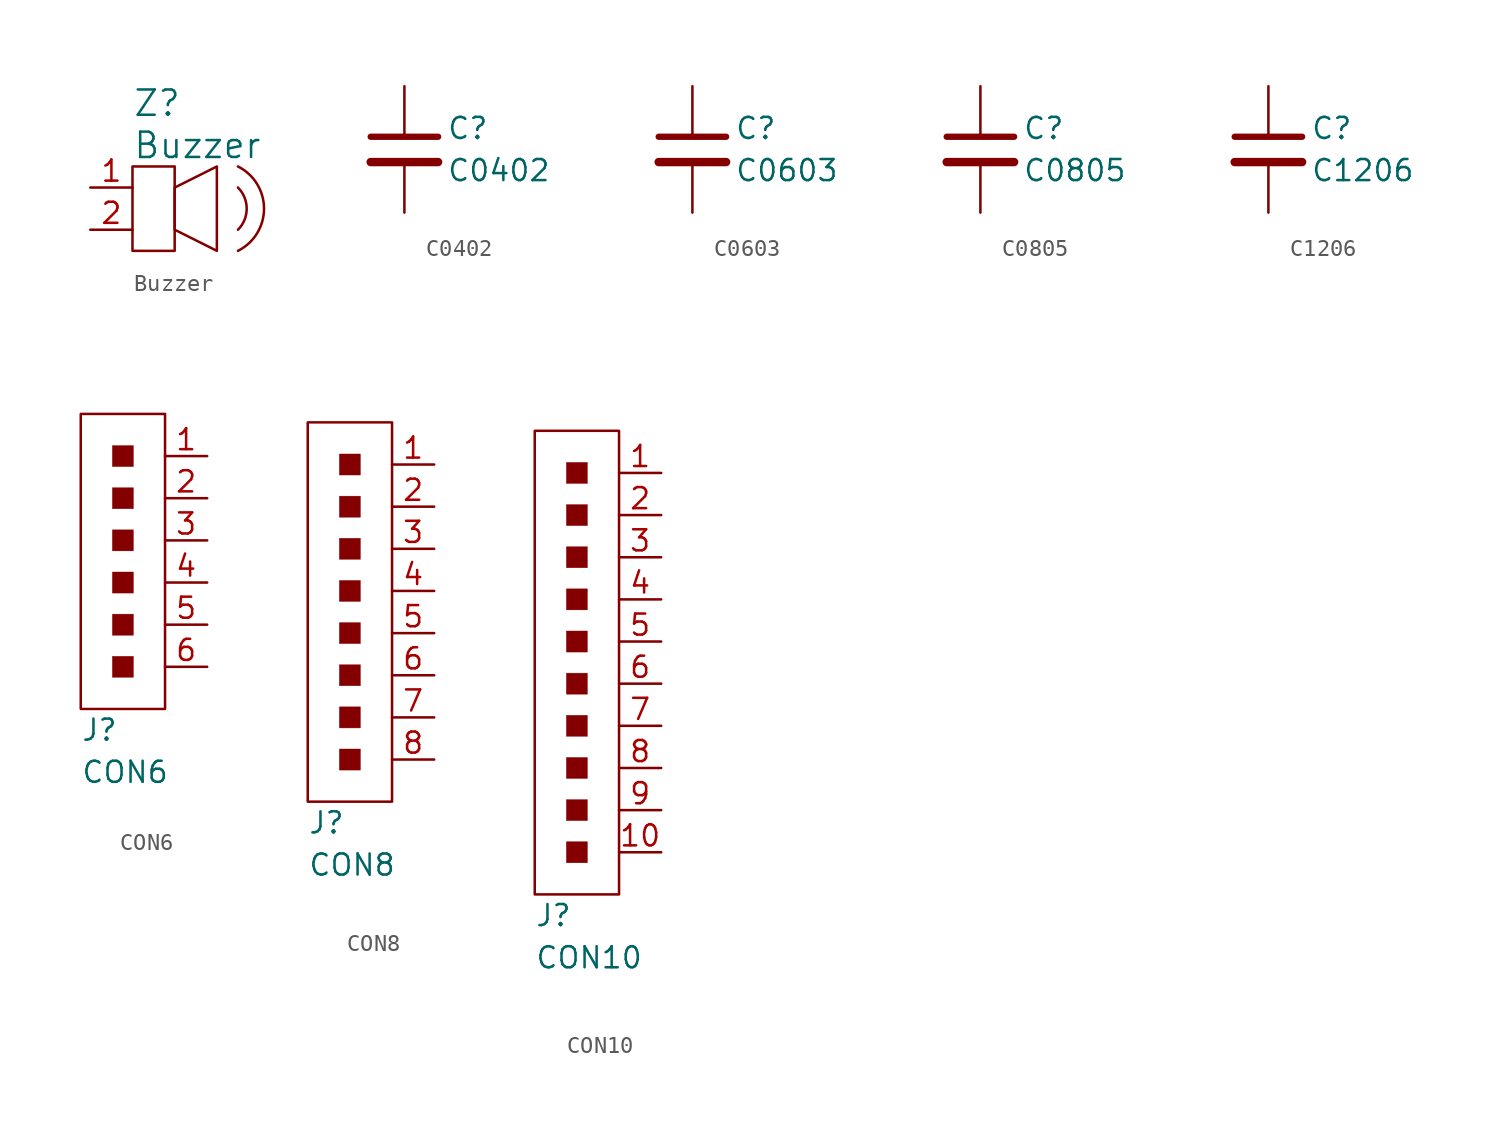
<source format=kicad_sym>
(kicad_symbol_lib
  (version 20211014)
  (generator kicad_symbol_editor)
  (symbol "Buzzer"
    (pin_names
      (offset 0))
    (property "Reference" "Z"
      (at 0 7.62 0)
      (effects (font (size 1.524 1.524)) (justify left)))
    (property "Value" "Buzzer"
      (at 0 5.08 0)
      (effects (font (size 1.524 1.524)) (justify left)))
    (symbol "Buzzer_0_1"
      (polyline (pts (xy 2.54 2.54) (xy 5.08 3.81) (xy 5.08 -1.27) (xy 2.54 0) (xy 2.54 2.54)) (stroke (width 0) (type default) (color 0 0 0 0)) (fill (type none)))
      (rectangle (start 0 3.81) (end 2.54 -1.27) (stroke (width 0) (type default) (color 0 0 0 0)) (fill (type none)))
      (arc (start 6.35 -1.27) (mid 7.9198 1.27) (end 6.35 3.81) (stroke (width 0) (type default) (color 0 0 0 0)) (fill (type none)))
      (arc (start 6.35 0) (mid 6.8761 1.27) (end 6.35 2.54) (stroke (width 0) (type default) (color 0 0 0 0)) (fill (type none))))
    (symbol "Buzzer_1_1"
      (pin passive line (at -2.54 2.54 0) (length 2.54) (name "~" (effects (font (size 1.27 1.27)))) (number "1" (effects (font (size 1.27 1.27)))))
      (pin passive line (at -2.54 0 0) (length 2.54) (name "~" (effects (font (size 1.27 1.27)))) (number "2" (effects (font (size 1.27 1.27)))))))
  (symbol "C0402"
    (pin_numbers hide)
    (pin_names
      (offset 0.254))
    (property "Reference" "C"
      (at 2.54 2.54 0)
      (effects (font (size 1.27 1.27)) (justify left)))
    (property "Value" "C0402"
      (at 2.54 0 0)
      (effects (font (size 1.27 1.27)) (justify left)))
    (symbol "C0402_0_1"
      (polyline (pts (xy -2.032 0.508) (xy 2.032 0.508)) (stroke (width 0.508) (type default) (color 0 0 0 0)) (fill (type none)))
      (polyline (pts (xy -2.032 2.032) (xy 2.032 2.032)) (stroke (width 0.381) (type default) (color 0 0 0 0)) (fill (type none))))
    (symbol "C0402_1_1"
      (pin passive line (at 0 5.08 270) (length 3.048) (name "~" (effects (font (size 1.27 1.27)))) (number "1" (effects (font (size 1.27 1.27)))))
      (pin passive line (at 0 -2.54 90) (length 2.794) (name "~" (effects (font (size 1.27 1.27)))) (number "2" (effects (font (size 1.27 1.27)))))))
  (symbol "C0603"
    (pin_numbers hide)
    (pin_names
      (offset 0.254))
    (property "Reference" "C"
      (at 2.54 2.54 0)
      (effects (font (size 1.27 1.27)) (justify left)))
    (property "Value" "C0603"
      (at 2.54 0 0)
      (effects (font (size 1.27 1.27)) (justify left)))
    (symbol "C0603_0_1"
      (polyline (pts (xy -2.032 0.508) (xy 2.032 0.508)) (stroke (width 0.508) (type default) (color 0 0 0 0)) (fill (type none)))
      (polyline (pts (xy -2.032 2.032) (xy 2.032 2.032)) (stroke (width 0.381) (type default) (color 0 0 0 0)) (fill (type none))))
    (symbol "C0603_1_1"
      (pin passive line (at 0 5.08 270) (length 3.048) (name "~" (effects (font (size 1.27 1.27)))) (number "1" (effects (font (size 1.27 1.27)))))
      (pin passive line (at 0 -2.54 90) (length 2.794) (name "~" (effects (font (size 1.27 1.27)))) (number "2" (effects (font (size 1.27 1.27)))))))
  (symbol "C0805"
    (pin_numbers hide)
    (pin_names
      (offset 0.254))
    (property "Reference" "C"
      (at 2.54 2.54 0)
      (effects (font (size 1.27 1.27)) (justify left)))
    (property "Value" "C0805"
      (at 2.54 0 0)
      (effects (font (size 1.27 1.27)) (justify left)))
    (symbol "C0805_0_1"
      (polyline (pts (xy -2.032 0.508) (xy 2.032 0.508)) (stroke (width 0.508) (type default) (color 0 0 0 0)) (fill (type none)))
      (polyline (pts (xy -2.032 2.032) (xy 2.032 2.032)) (stroke (width 0.381) (type default) (color 0 0 0 0)) (fill (type none))))
    (symbol "C0805_1_1"
      (pin passive line (at 0 5.08 270) (length 3.048) (name "~" (effects (font (size 1.27 1.27)))) (number "1" (effects (font (size 1.27 1.27)))))
      (pin passive line (at 0 -2.54 90) (length 2.794) (name "~" (effects (font (size 1.27 1.27)))) (number "2" (effects (font (size 1.27 1.27)))))))
  (symbol "C1206"
    (pin_numbers hide)
    (pin_names
      (offset 0.254))
    (property "Reference" "C"
      (at 2.54 2.54 0)
      (effects (font (size 1.27 1.27)) (justify left)))
    (property "Value" "C1206"
      (at 2.54 0 0)
      (effects (font (size 1.27 1.27)) (justify left)))
    (symbol "C1206_0_1"
      (polyline (pts (xy -2.032 0.508) (xy 2.032 0.508)) (stroke (width 0.508) (type default) (color 0 0 0 0)) (fill (type none)))
      (polyline (pts (xy -2.032 2.032) (xy 2.032 2.032)) (stroke (width 0.381) (type default) (color 0 0 0 0)) (fill (type none))))
    (symbol "C1206_1_1"
      (pin passive line (at 0 5.08 270) (length 3.048) (name "~" (effects (font (size 1.27 1.27)))) (number "1" (effects (font (size 1.27 1.27)))))
      (pin passive line (at 0 -2.54 90) (length 2.794) (name "~" (effects (font (size 1.27 1.27)))) (number "2" (effects (font (size 1.27 1.27)))))))
  (symbol "CON6"
    (pin_names
      (offset 1.016))
    (property "Reference" "J"
      (at -5.08 -8.89 0)
      (effects (font (size 1.27 1.27)) (justify left)))
    (property "Value" "CON6"
      (at -5.08 -11.43 0)
      (effects (font (size 1.27 1.27)) (justify left)))
    (symbol "CON6_0_1"
      (rectangle (start -5.08 10.16) (end 0 -7.62) (stroke (width 0.152) (type default) (color 0 0 0 0)) (fill (type none)))
      (rectangle (start -3.175 -4.445) (end -1.905 -5.715) (stroke (width 0.001) (type default) (color 0 0 0 0)) (fill (type outline)))
      (rectangle (start -3.175 -1.905) (end -1.905 -3.175) (stroke (width 0.001) (type default) (color 0 0 0 0)) (fill (type outline)))
      (rectangle (start -3.175 0.635) (end -1.905 -0.635) (stroke (width 0.001) (type default) (color 0 0 0 0)) (fill (type outline)))
      (rectangle (start -3.175 3.175) (end -1.905 1.905) (stroke (width 0.001) (type default) (color 0 0 0 0)) (fill (type outline)))
      (rectangle (start -3.175 5.715) (end -1.905 4.445) (stroke (width 0.001) (type default) (color 0 0 0 0)) (fill (type outline)))
      (rectangle (start -3.175 8.255) (end -1.905 6.985) (stroke (width 0.001) (type default) (color 0 0 0 0)) (fill (type outline))))
    (symbol "CON6_1_1"
      (pin passive line (at 2.54 7.62 180) (length 2.54) (name "~" (effects (font (size 1.27 1.27)))) (number "1" (effects (font (size 1.27 1.27)))))
      (pin passive line (at 2.54 5.08 180) (length 2.54) (name "~" (effects (font (size 1.27 1.27)))) (number "2" (effects (font (size 1.27 1.27)))))
      (pin passive line (at 2.54 2.54 180) (length 2.54) (name "~" (effects (font (size 1.27 1.27)))) (number "3" (effects (font (size 1.27 1.27)))))
      (pin passive line (at 2.54 0 180) (length 2.54) (name "~" (effects (font (size 1.27 1.27)))) (number "4" (effects (font (size 1.27 1.27)))))
      (pin passive line (at 2.54 -2.54 180) (length 2.54) (name "~" (effects (font (size 1.27 1.27)))) (number "5" (effects (font (size 1.27 1.27)))))
      (pin passive line (at 2.54 -5.08 180) (length 2.54) (name "~" (effects (font (size 1.27 1.27)))) (number "6" (effects (font (size 1.27 1.27)))))))
  (symbol "CON8"
    (pin_names
      (offset 1.016))
    (property "Reference" "J"
      (at -5.08 -11.43 0)
      (effects (font (size 1.27 1.27)) (justify left)))
    (property "Value" "CON8"
      (at -5.08 -13.97 0)
      (effects (font (size 1.27 1.27)) (justify left)))
    (symbol "CON8_0_1"
      (rectangle (start -5.08 12.7) (end 0 -10.16) (stroke (width 0.152) (type default) (color 0 0 0 0)) (fill (type none)))
      (rectangle (start -3.175 -6.985) (end -1.905 -8.255) (stroke (width 0.001) (type default) (color 0 0 0 0)) (fill (type outline)))
      (rectangle (start -3.175 -4.445) (end -1.905 -5.715) (stroke (width 0.001) (type default) (color 0 0 0 0)) (fill (type outline)))
      (rectangle (start -3.175 -1.905) (end -1.905 -3.175) (stroke (width 0.001) (type default) (color 0 0 0 0)) (fill (type outline)))
      (rectangle (start -3.175 0.635) (end -1.905 -0.635) (stroke (width 0.001) (type default) (color 0 0 0 0)) (fill (type outline)))
      (rectangle (start -3.175 3.175) (end -1.905 1.905) (stroke (width 0.001) (type default) (color 0 0 0 0)) (fill (type outline)))
      (rectangle (start -3.175 5.715) (end -1.905 4.445) (stroke (width 0.001) (type default) (color 0 0 0 0)) (fill (type outline)))
      (rectangle (start -3.175 8.255) (end -1.905 6.985) (stroke (width 0.001) (type default) (color 0 0 0 0)) (fill (type outline)))
      (rectangle (start -3.175 10.795) (end -1.905 9.525) (stroke (width 0.001) (type default) (color 0 0 0 0)) (fill (type outline))))
    (symbol "CON8_1_1"
      (pin passive line (at 2.54 10.16 180) (length 2.54) (name "~" (effects (font (size 1.27 1.27)))) (number "1" (effects (font (size 1.27 1.27)))))
      (pin passive line (at 2.54 7.62 180) (length 2.54) (name "~" (effects (font (size 1.27 1.27)))) (number "2" (effects (font (size 1.27 1.27)))))
      (pin passive line (at 2.54 5.08 180) (length 2.54) (name "~" (effects (font (size 1.27 1.27)))) (number "3" (effects (font (size 1.27 1.27)))))
      (pin passive line (at 2.54 2.54 180) (length 2.54) (name "~" (effects (font (size 1.27 1.27)))) (number "4" (effects (font (size 1.27 1.27)))))
      (pin passive line (at 2.54 0 180) (length 2.54) (name "~" (effects (font (size 1.27 1.27)))) (number "5" (effects (font (size 1.27 1.27)))))
      (pin passive line (at 2.54 -2.54 180) (length 2.54) (name "~" (effects (font (size 1.27 1.27)))) (number "6" (effects (font (size 1.27 1.27)))))
      (pin passive line (at 2.54 -5.08 180) (length 2.54) (name "~" (effects (font (size 1.27 1.27)))) (number "7" (effects (font (size 1.27 1.27)))))
      (pin passive line (at 2.54 -7.62 180) (length 2.54) (name "~" (effects (font (size 1.27 1.27)))) (number "8" (effects (font (size 1.27 1.27)))))))
  (symbol "CON10"
    (pin_names
      (offset 1.016))
    (property "Reference" "J"
      (at -5.08 -13.97 0)
      (effects (font (size 1.27 1.27)) (justify left)))
    (property "Value" "CON10"
      (at -5.08 -16.51 0)
      (effects (font (size 1.27 1.27)) (justify left)))
    (symbol "CON10_0_1"
      (rectangle (start -5.08 15.24) (end 0 -12.7) (stroke (width 0.152) (type default) (color 0 0 0 0)) (fill (type none)))
      (rectangle (start -3.175 -9.525) (end -1.905 -10.795) (stroke (width 0.001) (type default) (color 0 0 0 0)) (fill (type outline)))
      (rectangle (start -3.175 -6.985) (end -1.905 -8.255) (stroke (width 0.001) (type default) (color 0 0 0 0)) (fill (type outline)))
      (rectangle (start -3.175 -4.445) (end -1.905 -5.715) (stroke (width 0.001) (type default) (color 0 0 0 0)) (fill (type outline)))
      (rectangle (start -3.175 -1.905) (end -1.905 -3.175) (stroke (width 0.001) (type default) (color 0 0 0 0)) (fill (type outline)))
      (rectangle (start -3.175 0.635) (end -1.905 -0.635) (stroke (width 0.001) (type default) (color 0 0 0 0)) (fill (type outline)))
      (rectangle (start -3.175 3.175) (end -1.905 1.905) (stroke (width 0.001) (type default) (color 0 0 0 0)) (fill (type outline)))
      (rectangle (start -3.175 5.715) (end -1.905 4.445) (stroke (width 0.001) (type default) (color 0 0 0 0)) (fill (type outline)))
      (rectangle (start -3.175 8.255) (end -1.905 6.985) (stroke (width 0.001) (type default) (color 0 0 0 0)) (fill (type outline)))
      (rectangle (start -3.175 10.795) (end -1.905 9.525) (stroke (width 0.001) (type default) (color 0 0 0 0)) (fill (type outline)))
      (rectangle (start -3.175 13.335) (end -1.905 12.065) (stroke (width 0.001) (type default) (color 0 0 0 0)) (fill (type outline))))
    (symbol "CON10_1_1"
      (pin passive line (at 2.54 12.7 180) (length 2.54) (name "~" (effects (font (size 1.27 1.27)))) (number "1" (effects (font (size 1.27 1.27)))))
      (pin passive line (at 2.54 -10.16 180) (length 2.54) (name "~" (effects (font (size 1.27 1.27)))) (number "10" (effects (font (size 1.27 1.27)))))
      (pin passive line (at 2.54 10.16 180) (length 2.54) (name "~" (effects (font (size 1.27 1.27)))) (number "2" (effects (font (size 1.27 1.27)))))
      (pin passive line (at 2.54 7.62 180) (length 2.54) (name "~" (effects (font (size 1.27 1.27)))) (number "3" (effects (font (size 1.27 1.27)))))
      (pin passive line (at 2.54 5.08 180) (length 2.54) (name "~" (effects (font (size 1.27 1.27)))) (number "4" (effects (font (size 1.27 1.27)))))
      (pin passive line (at 2.54 2.54 180) (length 2.54) (name "~" (effects (font (size 1.27 1.27)))) (number "5" (effects (font (size 1.27 1.27)))))
      (pin passive line (at 2.54 0 180) (length 2.54) (name "~" (effects (font (size 1.27 1.27)))) (number "6" (effects (font (size 1.27 1.27)))))
      (pin passive line (at 2.54 -2.54 180) (length 2.54) (name "~" (effects (font (size 1.27 1.27)))) (number "7" (effects (font (size 1.27 1.27)))))
      (pin passive line (at 2.54 -5.08 180) (length 2.54) (name "~" (effects (font (size 1.27 1.27)))) (number "8" (effects (font (size 1.27 1.27)))))
      (pin passive line (at 2.54 -7.62 180) (length 2.54) (name "~" (effects (font (size 1.27 1.27)))) (number "9" (effects (font (size 1.27 1.27))))))))
</source>
